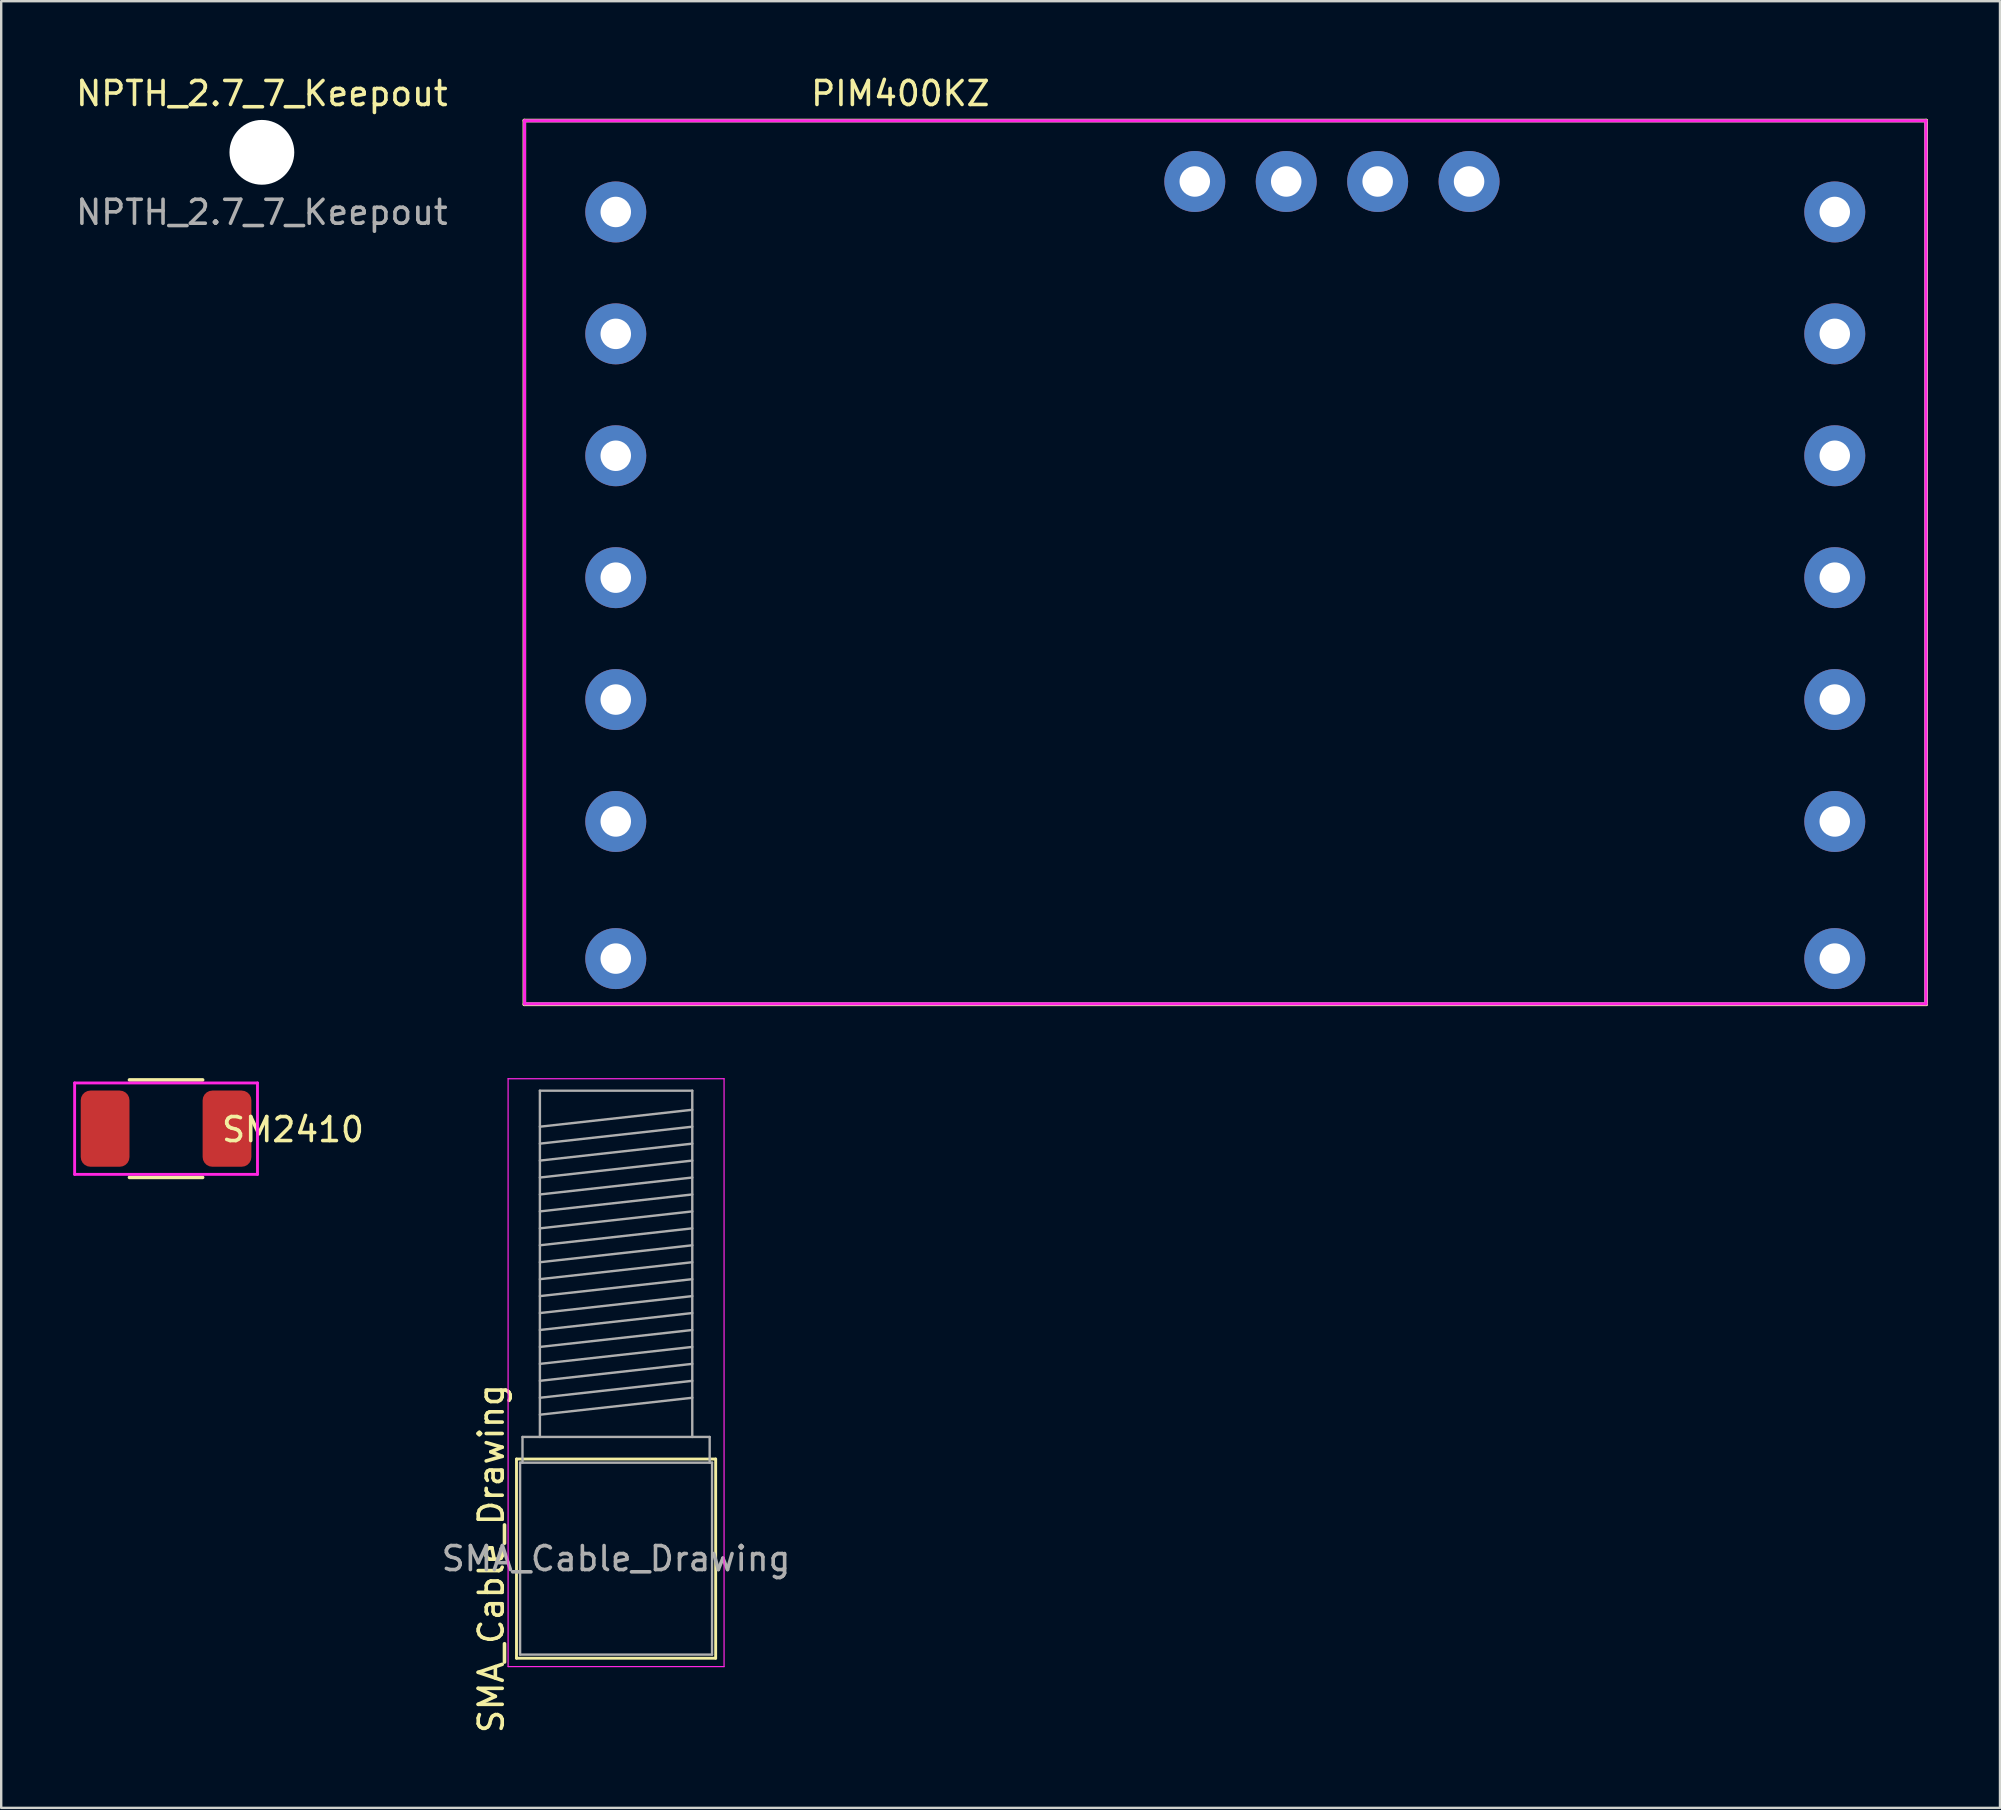
<source format=kicad_pcb>
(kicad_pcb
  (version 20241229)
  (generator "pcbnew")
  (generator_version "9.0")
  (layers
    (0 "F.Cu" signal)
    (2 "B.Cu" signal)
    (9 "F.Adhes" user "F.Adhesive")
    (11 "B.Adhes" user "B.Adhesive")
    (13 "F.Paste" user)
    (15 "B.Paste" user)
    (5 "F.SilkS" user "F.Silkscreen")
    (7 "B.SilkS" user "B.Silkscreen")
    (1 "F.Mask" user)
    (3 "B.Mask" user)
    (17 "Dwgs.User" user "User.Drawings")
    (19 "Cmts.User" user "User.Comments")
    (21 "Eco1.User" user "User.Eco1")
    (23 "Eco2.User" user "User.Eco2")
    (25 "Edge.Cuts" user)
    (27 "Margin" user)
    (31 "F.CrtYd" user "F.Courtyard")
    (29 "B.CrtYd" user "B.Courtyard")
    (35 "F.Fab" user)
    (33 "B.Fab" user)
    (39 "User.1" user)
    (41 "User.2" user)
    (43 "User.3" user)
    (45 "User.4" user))
  (footprint "SM2410"
    (layer "F.Cu")
    (at 3.87 43.985)
    (property "Reference" "SM2410" (at 5.29 0.04 180) (layer "F.SilkS") (effects (font (size 1 1) (thickness 0.15))))
    (attr smd)
    (fp_line (start -1.524 -2.032) (end 1.524 -2.032) (stroke (width 0.15) (type solid)) (layer "F.SilkS"))
    (fp_line (start -1.524 2.032) (end 1.524 2.032) (stroke (width 0.15) (type solid)) (layer "F.SilkS"))
    (fp_line (start -3.81 -1.905) (end 3.81 -1.905) (stroke (width 0.12) (type solid)) (layer "F.CrtYd"))
    (fp_line (start -3.81 1.905) (end -3.81 -1.905) (stroke (width 0.12) (type solid)) (layer "F.CrtYd"))
    (fp_line (start 3.81 -1.905) (end 3.81 1.905) (stroke (width 0.12) (type solid)) (layer "F.CrtYd"))
    (fp_line (start 3.81 1.905) (end -3.81 1.905) (stroke (width 0.12) (type solid)) (layer "F.CrtYd"))
    (pad "1" smd roundrect (at -2.54 0) (size 2.032 3.175) (layers "F.Cu" "F.Mask" "F.Paste") (roundrect_rratio 0.2))
    (pad "2" smd roundrect (at 2.54 0) (size 2.032 3.175) (layers "F.Cu" "F.Mask" "F.Paste") (roundrect_rratio 0.2)))
  (footprint "PIM400KZ"
    (layer "F.Cu")
    (at 22.611 5.783)
    (property "Reference" "PIM400KZ" (at 11.86 -4.935 0) (layer "F.SilkS") (effects (font (size 1 1) (thickness 0.15))))
    (attr through_hole)
    (fp_line (start -3.81 -3.81) (end -3.81 33.02) (stroke (width 0.15) (type solid)) (layer "F.SilkS"))
    (fp_line (start -3.81 -3.81) (end 54.61 -3.81) (stroke (width 0.15) (type solid)) (layer "F.SilkS"))
    (fp_line (start 54.61 -3.81) (end 54.61 33.02) (stroke (width 0.15) (type solid)) (layer "F.SilkS"))
    (fp_line (start 54.61 33.02) (end -3.81 33.02) (stroke (width 0.15) (type solid)) (layer "F.SilkS"))
    (fp_line (start -3.8 -3.8) (end -3.8 33) (stroke (width 0.12) (type solid)) (layer "F.CrtYd"))
    (fp_line (start -3.8 33) (end 54.6 33) (stroke (width 0.12) (type solid)) (layer "F.CrtYd"))
    (fp_line (start 54.6 -3.8) (end -3.8 -3.8) (stroke (width 0.12) (type solid)) (layer "F.CrtYd"))
    (fp_line (start 54.6 33) (end 54.6 -3.8) (stroke (width 0.12) (type solid)) (layer "F.CrtYd"))
    (fp_line (start -3.8 -3.8) (end 54.6 -3.8) (stroke (width 0.12) (type solid)) (layer "F.Fab"))
    (fp_line (start -3.8 33) (end -3.8 -3.8) (stroke (width 0.12) (type solid)) (layer "F.Fab"))
    (fp_line (start 54.6 -3.8) (end 54.6 33) (stroke (width 0.12) (type solid)) (layer "F.Fab"))
    (fp_line (start 54.6 33) (end -3.8 33) (stroke (width 0.12) (type solid)) (layer "F.Fab"))
    (pad "1" thru_hole circle (at 0 0) (size 2.54 2.54) (drill 1.27) (layers "*.Cu" "*.Mask"))
    (pad "2" thru_hole circle (at 0 5.08) (size 2.54 2.54) (drill 1.27) (layers "*.Cu" "*.Mask"))
    (pad "3" thru_hole circle (at 0 10.16) (size 2.54 2.54) (drill 1.27) (layers "*.Cu" "*.Mask"))
    (pad "4" thru_hole circle (at 0 15.24) (size 2.54 2.54) (drill 1.27) (layers "*.Cu" "*.Mask"))
    (pad "5" thru_hole circle (at 0 20.32) (size 2.54 2.54) (drill 1.27) (layers "*.Cu" "*.Mask"))
    (pad "6" thru_hole circle (at 0 25.4) (size 2.54 2.54) (drill 1.27) (layers "*.Cu" "*.Mask"))
    (pad "7" thru_hole circle (at 0 31.115) (size 2.54 2.54) (drill 1.27) (layers "*.Cu" "*.Mask"))
    (pad "8" thru_hole circle (at 50.8 31.115) (size 2.54 2.54) (drill 1.27) (layers "*.Cu" "*.Mask"))
    (pad "9" thru_hole circle (at 50.8 25.4) (size 2.54 2.54) (drill 1.27) (layers "*.Cu" "*.Mask"))
    (pad "10" thru_hole circle (at 50.8 20.32) (size 2.54 2.54) (drill 1.27) (layers "*.Cu" "*.Mask"))
    (pad "11" thru_hole circle (at 50.8 15.24) (size 2.54 2.54) (drill 1.27) (layers "*.Cu" "*.Mask"))
    (pad "12" thru_hole circle (at 50.8 10.16) (size 2.54 2.54) (drill 1.27) (layers "*.Cu" "*.Mask"))
    (pad "13" thru_hole circle (at 50.8 5.08) (size 2.54 2.54) (drill 1.27) (layers "*.Cu" "*.Mask"))
    (pad "14" thru_hole circle (at 50.8 0) (size 2.54 2.54) (drill 1.27) (layers "*.Cu" "*.Mask"))
    (pad "15" thru_hole circle (at 35.56 -1.27) (size 2.54 2.54) (drill 1.27) (layers "*.Cu" "*.Mask"))
    (pad "16" thru_hole circle (at 31.75 -1.27) (size 2.54 2.54) (drill 1.27) (layers "*.Cu" "*.Mask"))
    (pad "17" thru_hole circle (at 27.94 -1.27) (size 2.54 2.54) (drill 1.27) (layers "*.Cu" "*.Mask"))
    (pad "18" thru_hole circle (at 24.13 -1.27) (size 2.54 2.54) (drill 1.27) (layers "*.Cu" "*.Mask")))
  (footprint "NPTH_2.7_7_Keepout"
    (layer "F.Cu")
    (at 7.863 3.298)
    (property "Reference" "NPTH_2.7_7_Keepout" (at 0 -2.45 0) (unlocked yes) (layer "F.SilkS") (effects (font (size 1 1) (thickness 0.15))))
    (attr through_hole)
    (fp_text user "${REFERENCE}" (at 0 2.5 0) (unlocked yes) (layer "F.Fab") (effects (font (size 1 1) (thickness 0.15))))
    (pad "" np_thru_hole circle (at 0 0) (size 2.7 2.7) (drill 2.7) (layers "*.Cu" "*.Mask")))
  (footprint "SMA_Cable_Drawing"
    (layer "F.Cu")
    (at 22.624 61.903)
    (property "Reference" "SMA_Cable_Drawing" (at -5.2 0 270) (layer "F.SilkS") (effects (font (size 1 1) (thickness 0.15))))
    (attr through_hole)
    (fp_line (start -4.15 -4.15) (end -4.15 4.15) (stroke (width 0.12) (type solid)) (layer "F.SilkS"))
    (fp_line (start -4.15 -4.15) (end 4.15 -4.15) (stroke (width 0.12) (type solid)) (layer "F.SilkS"))
    (fp_line (start -4.15 4.15) (end 4.15 4.15) (stroke (width 0.12) (type solid)) (layer "F.SilkS"))
    (fp_line (start 4.15 -4.15) (end 4.15 4.15) (stroke (width 0.12) (type solid)) (layer "F.SilkS"))
    (fp_line (start -4.5 -20) (end -4.5 4.5) (stroke (width 0.05) (type solid)) (layer "F.CrtYd"))
    (fp_line (start -4.5 -20) (end 4.5 -20) (stroke (width 0.05) (type solid)) (layer "F.CrtYd"))
    (fp_line (start 4.5 4.5) (end -4.5 4.5) (stroke (width 0.05) (type solid)) (layer "F.CrtYd"))
    (fp_line (start 4.5 4.5) (end 4.5 -20) (stroke (width 0.05) (type solid)) (layer "F.CrtYd"))
    (fp_line (start -4 -4) (end -4 4) (stroke (width 0.1) (type solid)) (layer "F.Fab"))
    (fp_line (start -4 -4) (end 4 -4) (stroke (width 0.1) (type solid)) (layer "F.Fab"))
    (fp_line (start -4 4) (end 4 4) (stroke (width 0.1) (type solid)) (layer "F.Fab"))
    (fp_line (start -3.9 -5.07) (end -3.9 -4) (stroke (width 0.1) (type solid)) (layer "F.Fab"))
    (fp_line (start -3.175 -19.5) (end -3.175 -5.07) (stroke (width 0.1) (type solid)) (layer "F.Fab"))
    (fp_line (start -3.175 -19.5) (end 3.175 -19.5) (stroke (width 0.1) (type solid)) (layer "F.Fab"))
    (fp_line (start -3.175 -18) (end 3.175 -18.706) (stroke (width 0.1) (type solid)) (layer "F.Fab"))
    (fp_line (start -3.175 -17.294) (end 3.175 -18) (stroke (width 0.1) (type solid)) (layer "F.Fab"))
    (fp_line (start -3.175 -16.588) (end 3.175 -17.294) (stroke (width 0.1) (type solid)) (layer "F.Fab"))
    (fp_line (start -3.175 -15.882) (end 3.175 -16.588) (stroke (width 0.1) (type solid)) (layer "F.Fab"))
    (fp_line (start -3.175 -15.176) (end 3.175 -15.882) (stroke (width 0.1) (type solid)) (layer "F.Fab"))
    (fp_line (start -3.175 -14.47) (end 3.175 -15.176) (stroke (width 0.1) (type solid)) (layer "F.Fab"))
    (fp_line (start -3.175 -13.764) (end 3.175 -14.47) (stroke (width 0.1) (type solid)) (layer "F.Fab"))
    (fp_line (start -3.175 -13.058) (end 3.175 -13.764) (stroke (width 0.1) (type solid)) (layer "F.Fab"))
    (fp_line (start -3.175 -12.352) (end 3.175 -13.058) (stroke (width 0.1) (type solid)) (layer "F.Fab"))
    (fp_line (start -3.175 -11.646) (end 3.175 -12.352) (stroke (width 0.1) (type solid)) (layer "F.Fab"))
    (fp_line (start -3.175 -10.94) (end 3.175 -11.646) (stroke (width 0.1) (type solid)) (layer "F.Fab"))
    (fp_line (start -3.175 -10.234) (end 3.175 -10.94) (stroke (width 0.1) (type solid)) (layer "F.Fab"))
    (fp_line (start -3.175 -9.528) (end 3.175 -10.234) (stroke (width 0.1) (type solid)) (layer "F.Fab"))
    (fp_line (start -3.175 -8.822) (end 3.175 -9.528) (stroke (width 0.1) (type solid)) (layer "F.Fab"))
    (fp_line (start -3.175 -8.116) (end 3.175 -8.822) (stroke (width 0.1) (type solid)) (layer "F.Fab"))
    (fp_line (start -3.175 -7.41) (end 3.175 -8.116) (stroke (width 0.1) (type solid)) (layer "F.Fab"))
    (fp_line (start -3.175 -6.704) (end 3.175 -7.41) (stroke (width 0.1) (type solid)) (layer "F.Fab"))
    (fp_line (start -3.175 -5.998) (end 3.175 -6.704) (stroke (width 0.1) (type solid)) (layer "F.Fab"))
    (fp_line (start 3.175 -19.5) (end 3.175 -5.07) (stroke (width 0.1) (type solid)) (layer "F.Fab"))
    (fp_line (start 3.9 -5.07) (end -3.9 -5.07) (stroke (width 0.1) (type solid)) (layer "F.Fab"))
    (fp_line (start 3.9 -4) (end 3.9 -5.07) (stroke (width 0.1) (type solid)) (layer "F.Fab"))
    (fp_line (start 4 -4) (end 4 4) (stroke (width 0.1) (type solid)) (layer "F.Fab"))
    (fp_text user "${REFERENCE}" (at 0 0 0) (layer "F.Fab") (effects (font (size 1 1) (thickness 0.15)))))
  (gr_rect
    (start -3 -3)
    (end 80.296 72.29)
    (stroke (width 0.1) (type default))
    (fill no)
    (layer "Edge.Cuts")))
</source>
